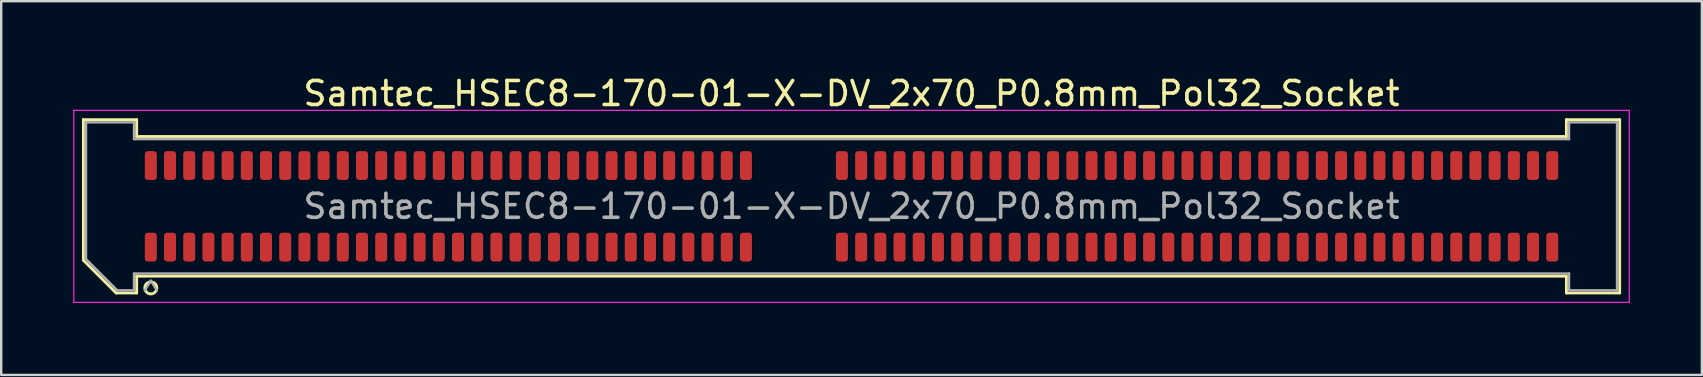
<source format=kicad_pcb>
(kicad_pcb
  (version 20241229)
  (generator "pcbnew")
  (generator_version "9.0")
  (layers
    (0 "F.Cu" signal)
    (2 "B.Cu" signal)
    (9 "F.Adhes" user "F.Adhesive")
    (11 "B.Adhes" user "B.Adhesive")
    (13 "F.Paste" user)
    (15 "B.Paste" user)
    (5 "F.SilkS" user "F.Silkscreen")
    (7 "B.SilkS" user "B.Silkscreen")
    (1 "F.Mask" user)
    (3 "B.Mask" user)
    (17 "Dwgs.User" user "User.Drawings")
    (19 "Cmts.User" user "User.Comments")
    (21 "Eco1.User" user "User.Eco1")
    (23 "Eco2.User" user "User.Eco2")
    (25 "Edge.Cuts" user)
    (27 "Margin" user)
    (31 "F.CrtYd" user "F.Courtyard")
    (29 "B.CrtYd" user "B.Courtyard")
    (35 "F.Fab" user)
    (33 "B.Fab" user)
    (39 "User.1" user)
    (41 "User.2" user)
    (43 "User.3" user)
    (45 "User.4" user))
  (footprint "Samtec_HSEC8-170-01-X-DV_2x70_P0.8mm_Pol32_Socket"
    (layer "F.Cu")
    (at 32.435 5.548)
    (property "Reference" "Samtec_HSEC8-170-01-X-DV_2x70_P0.8mm_Pol32_Socket" (at 0 -4.7 0) (layer "F.SilkS") (effects (font (size 1 1) (thickness 0.15))))
    (attr smd)
    (fp_line (start -32.01 -3.61) (end -29.79 -3.61) (stroke (width 0.12) (type solid)) (layer "F.SilkS"))
    (fp_line (start -32.01 2.246) (end -32.01 -3.61) (stroke (width 0.12) (type solid)) (layer "F.SilkS"))
    (fp_line (start -30.646 3.61) (end -32.01 2.246) (stroke (width 0.12) (type solid)) (layer "F.SilkS"))
    (fp_line (start -29.79 -3.61) (end -29.79 -2.91) (stroke (width 0.12) (type solid)) (layer "F.SilkS"))
    (fp_line (start -29.79 -2.91) (end 29.79 -2.91) (stroke (width 0.12) (type solid)) (layer "F.SilkS"))
    (fp_line (start -29.79 2.91) (end -29.79 3.61) (stroke (width 0.12) (type solid)) (layer "F.SilkS"))
    (fp_line (start -29.79 3.61) (end -30.646 3.61) (stroke (width 0.12) (type solid)) (layer "F.SilkS"))
    (fp_line (start 29.79 -3.61) (end 32.01 -3.61) (stroke (width 0.12) (type solid)) (layer "F.SilkS"))
    (fp_line (start 29.79 -2.91) (end 29.79 -3.61) (stroke (width 0.12) (type solid)) (layer "F.SilkS"))
    (fp_line (start 29.79 2.91) (end -29.79 2.91) (stroke (width 0.12) (type solid)) (layer "F.SilkS"))
    (fp_line (start 29.79 3.61) (end 29.79 2.91) (stroke (width 0.12) (type solid)) (layer "F.SilkS"))
    (fp_line (start 32.01 -3.61) (end 32.01 3.61) (stroke (width 0.12) (type solid)) (layer "F.SilkS"))
    (fp_line (start 32.01 3.61) (end 29.79 3.61) (stroke (width 0.12) (type solid)) (layer "F.SilkS"))
    (fp_arc (start -28.95 3.4) (mid -29.45 3.4) (end -28.95 3.4) (stroke (width 0.12) (type solid)) (layer "F.SilkS"))
    (fp_line (start -32.41 -4) (end -32.41 4) (stroke (width 0.05) (type solid)) (layer "F.CrtYd"))
    (fp_line (start -32.41 4) (end 32.41 4) (stroke (width 0.05) (type solid)) (layer "F.CrtYd"))
    (fp_line (start 32.41 -4) (end -32.41 -4) (stroke (width 0.05) (type solid)) (layer "F.CrtYd"))
    (fp_line (start 32.41 4) (end 32.41 -4) (stroke (width 0.05) (type solid)) (layer "F.CrtYd"))
    (fp_line (start -31.9 -3.5) (end -29.9 -3.5) (stroke (width 0.1) (type solid)) (layer "F.Fab"))
    (fp_line (start -31.9 2.2) (end -31.9 -3.5) (stroke (width 0.1) (type solid)) (layer "F.Fab"))
    (fp_line (start -30.6 3.5) (end -31.9 2.2) (stroke (width 0.1) (type solid)) (layer "F.Fab"))
    (fp_line (start -29.9 -3.5) (end -29.9 -2.8) (stroke (width 0.1) (type solid)) (layer "F.Fab"))
    (fp_line (start -29.9 -2.8) (end 29.9 -2.8) (stroke (width 0.1) (type solid)) (layer "F.Fab"))
    (fp_line (start -29.9 2.8) (end -29.9 3.5) (stroke (width 0.1) (type solid)) (layer "F.Fab"))
    (fp_line (start -29.9 3.5) (end -30.6 3.5) (stroke (width 0.1) (type solid)) (layer "F.Fab"))
    (fp_line (start -29.2 3.1) (end -29.45 3.5) (stroke (width 0.1) (type solid)) (layer "F.Fab"))
    (fp_line (start -29.2 3.1) (end -28.95 3.5) (stroke (width 0.1) (type solid)) (layer "F.Fab"))
    (fp_line (start 29.9 -3.5) (end 31.9 -3.5) (stroke (width 0.1) (type solid)) (layer "F.Fab"))
    (fp_line (start 29.9 -2.8) (end 29.9 -3.5) (stroke (width 0.1) (type solid)) (layer "F.Fab"))
    (fp_line (start 29.9 2.8) (end -29.9 2.8) (stroke (width 0.1) (type solid)) (layer "F.Fab"))
    (fp_line (start 29.9 3.5) (end 29.9 2.8) (stroke (width 0.1) (type solid)) (layer "F.Fab"))
    (fp_line (start 31.9 -3.5) (end 31.9 3.5) (stroke (width 0.1) (type solid)) (layer "F.Fab"))
    (fp_line (start 31.9 3.5) (end 29.9 3.5) (stroke (width 0.1) (type solid)) (layer "F.Fab"))
    (fp_text user "${REFERENCE}" (at 0 0 0) (layer "F.Fab") (effects (font (size 1 1) (thickness 0.15))))
    (pad "1" smd roundrect (at -29.2 1.7) (size 0.5 1.2) (layers "F.Cu" "F.Mask" "F.Paste") (roundrect_rratio 0.25))
    (pad "2" smd roundrect (at -29.2 -1.7) (size 0.5 1.2) (layers "F.Cu" "F.Mask" "F.Paste") (roundrect_rratio 0.25))
    (pad "3" smd roundrect (at -28.4 1.7) (size 0.5 1.2) (layers "F.Cu" "F.Mask" "F.Paste") (roundrect_rratio 0.25))
    (pad "4" smd roundrect (at -28.4 -1.7) (size 0.5 1.2) (layers "F.Cu" "F.Mask" "F.Paste") (roundrect_rratio 0.25))
    (pad "5" smd roundrect (at -27.6 1.7) (size 0.5 1.2) (layers "F.Cu" "F.Mask" "F.Paste") (roundrect_rratio 0.25))
    (pad "6" smd roundrect (at -27.6 -1.7) (size 0.5 1.2) (layers "F.Cu" "F.Mask" "F.Paste") (roundrect_rratio 0.25))
    (pad "7" smd roundrect (at -26.8 1.7) (size 0.5 1.2) (layers "F.Cu" "F.Mask" "F.Paste") (roundrect_rratio 0.25))
    (pad "8" smd roundrect (at -26.8 -1.7) (size 0.5 1.2) (layers "F.Cu" "F.Mask" "F.Paste") (roundrect_rratio 0.25))
    (pad "9" smd roundrect (at -26 1.7) (size 0.5 1.2) (layers "F.Cu" "F.Mask" "F.Paste") (roundrect_rratio 0.25))
    (pad "10" smd roundrect (at -26 -1.7) (size 0.5 1.2) (layers "F.Cu" "F.Mask" "F.Paste") (roundrect_rratio 0.25))
    (pad "11" smd roundrect (at -25.2 1.7) (size 0.5 1.2) (layers "F.Cu" "F.Mask" "F.Paste") (roundrect_rratio 0.25))
    (pad "12" smd roundrect (at -25.2 -1.7) (size 0.5 1.2) (layers "F.Cu" "F.Mask" "F.Paste") (roundrect_rratio 0.25))
    (pad "13" smd roundrect (at -24.4 1.7) (size 0.5 1.2) (layers "F.Cu" "F.Mask" "F.Paste") (roundrect_rratio 0.25))
    (pad "14" smd roundrect (at -24.4 -1.7) (size 0.5 1.2) (layers "F.Cu" "F.Mask" "F.Paste") (roundrect_rratio 0.25))
    (pad "15" smd roundrect (at -23.6 1.7) (size 0.5 1.2) (layers "F.Cu" "F.Mask" "F.Paste") (roundrect_rratio 0.25))
    (pad "16" smd roundrect (at -23.6 -1.7) (size 0.5 1.2) (layers "F.Cu" "F.Mask" "F.Paste") (roundrect_rratio 0.25))
    (pad "17" smd roundrect (at -22.8 1.7) (size 0.5 1.2) (layers "F.Cu" "F.Mask" "F.Paste") (roundrect_rratio 0.25))
    (pad "18" smd roundrect (at -22.8 -1.7) (size 0.5 1.2) (layers "F.Cu" "F.Mask" "F.Paste") (roundrect_rratio 0.25))
    (pad "19" smd roundrect (at -22 1.7) (size 0.5 1.2) (layers "F.Cu" "F.Mask" "F.Paste") (roundrect_rratio 0.25))
    (pad "20" smd roundrect (at -22 -1.7) (size 0.5 1.2) (layers "F.Cu" "F.Mask" "F.Paste") (roundrect_rratio 0.25))
    (pad "21" smd roundrect (at -21.2 1.7) (size 0.5 1.2) (layers "F.Cu" "F.Mask" "F.Paste") (roundrect_rratio 0.25))
    (pad "22" smd roundrect (at -21.2 -1.7) (size 0.5 1.2) (layers "F.Cu" "F.Mask" "F.Paste") (roundrect_rratio 0.25))
    (pad "23" smd roundrect (at -20.4 1.7) (size 0.5 1.2) (layers "F.Cu" "F.Mask" "F.Paste") (roundrect_rratio 0.25))
    (pad "24" smd roundrect (at -20.4 -1.7) (size 0.5 1.2) (layers "F.Cu" "F.Mask" "F.Paste") (roundrect_rratio 0.25))
    (pad "25" smd roundrect (at -19.6 1.7) (size 0.5 1.2) (layers "F.Cu" "F.Mask" "F.Paste") (roundrect_rratio 0.25))
    (pad "26" smd roundrect (at -19.6 -1.7) (size 0.5 1.2) (layers "F.Cu" "F.Mask" "F.Paste") (roundrect_rratio 0.25))
    (pad "27" smd roundrect (at -18.8 1.7) (size 0.5 1.2) (layers "F.Cu" "F.Mask" "F.Paste") (roundrect_rratio 0.25))
    (pad "28" smd roundrect (at -18.8 -1.7) (size 0.5 1.2) (layers "F.Cu" "F.Mask" "F.Paste") (roundrect_rratio 0.25))
    (pad "29" smd roundrect (at -18 1.7) (size 0.5 1.2) (layers "F.Cu" "F.Mask" "F.Paste") (roundrect_rratio 0.25))
    (pad "30" smd roundrect (at -18 -1.7) (size 0.5 1.2) (layers "F.Cu" "F.Mask" "F.Paste") (roundrect_rratio 0.25))
    (pad "31" smd roundrect (at -17.2 1.7) (size 0.5 1.2) (layers "F.Cu" "F.Mask" "F.Paste") (roundrect_rratio 0.25))
    (pad "32" smd roundrect (at -17.2 -1.7) (size 0.5 1.2) (layers "F.Cu" "F.Mask" "F.Paste") (roundrect_rratio 0.25))
    (pad "33" smd roundrect (at -16.4 1.7) (size 0.5 1.2) (layers "F.Cu" "F.Mask" "F.Paste") (roundrect_rratio 0.25))
    (pad "34" smd roundrect (at -16.4 -1.7) (size 0.5 1.2) (layers "F.Cu" "F.Mask" "F.Paste") (roundrect_rratio 0.25))
    (pad "35" smd roundrect (at -15.6 1.7) (size 0.5 1.2) (layers "F.Cu" "F.Mask" "F.Paste") (roundrect_rratio 0.25))
    (pad "36" smd roundrect (at -15.6 -1.7) (size 0.5 1.2) (layers "F.Cu" "F.Mask" "F.Paste") (roundrect_rratio 0.25))
    (pad "37" smd roundrect (at -14.8 1.7) (size 0.5 1.2) (layers "F.Cu" "F.Mask" "F.Paste") (roundrect_rratio 0.25))
    (pad "38" smd roundrect (at -14.8 -1.7) (size 0.5 1.2) (layers "F.Cu" "F.Mask" "F.Paste") (roundrect_rratio 0.25))
    (pad "39" smd roundrect (at -14 1.7) (size 0.5 1.2) (layers "F.Cu" "F.Mask" "F.Paste") (roundrect_rratio 0.25))
    (pad "40" smd roundrect (at -14 -1.7) (size 0.5 1.2) (layers "F.Cu" "F.Mask" "F.Paste") (roundrect_rratio 0.25))
    (pad "41" smd roundrect (at -13.2 1.7) (size 0.5 1.2) (layers "F.Cu" "F.Mask" "F.Paste") (roundrect_rratio 0.25))
    (pad "42" smd roundrect (at -13.2 -1.7) (size 0.5 1.2) (layers "F.Cu" "F.Mask" "F.Paste") (roundrect_rratio 0.25))
    (pad "43" smd roundrect (at -12.4 1.7) (size 0.5 1.2) (layers "F.Cu" "F.Mask" "F.Paste") (roundrect_rratio 0.25))
    (pad "44" smd roundrect (at -12.4 -1.7) (size 0.5 1.2) (layers "F.Cu" "F.Mask" "F.Paste") (roundrect_rratio 0.25))
    (pad "45" smd roundrect (at -11.6 1.7) (size 0.5 1.2) (layers "F.Cu" "F.Mask" "F.Paste") (roundrect_rratio 0.25))
    (pad "46" smd roundrect (at -11.6 -1.7) (size 0.5 1.2) (layers "F.Cu" "F.Mask" "F.Paste") (roundrect_rratio 0.25))
    (pad "47" smd roundrect (at -10.8 1.7) (size 0.5 1.2) (layers "F.Cu" "F.Mask" "F.Paste") (roundrect_rratio 0.25))
    (pad "48" smd roundrect (at -10.8 -1.7) (size 0.5 1.2) (layers "F.Cu" "F.Mask" "F.Paste") (roundrect_rratio 0.25))
    (pad "49" smd roundrect (at -10 1.7) (size 0.5 1.2) (layers "F.Cu" "F.Mask" "F.Paste") (roundrect_rratio 0.25))
    (pad "50" smd roundrect (at -10 -1.7) (size 0.5 1.2) (layers "F.Cu" "F.Mask" "F.Paste") (roundrect_rratio 0.25))
    (pad "51" smd roundrect (at -9.2 1.7) (size 0.5 1.2) (layers "F.Cu" "F.Mask" "F.Paste") (roundrect_rratio 0.25))
    (pad "52" smd roundrect (at -9.2 -1.7) (size 0.5 1.2) (layers "F.Cu" "F.Mask" "F.Paste") (roundrect_rratio 0.25))
    (pad "53" smd roundrect (at -8.4 1.7) (size 0.5 1.2) (layers "F.Cu" "F.Mask" "F.Paste") (roundrect_rratio 0.25))
    (pad "54" smd roundrect (at -8.4 -1.7) (size 0.5 1.2) (layers "F.Cu" "F.Mask" "F.Paste") (roundrect_rratio 0.25))
    (pad "55" smd roundrect (at -7.6 1.7) (size 0.5 1.2) (layers "F.Cu" "F.Mask" "F.Paste") (roundrect_rratio 0.25))
    (pad "56" smd roundrect (at -7.6 -1.7) (size 0.5 1.2) (layers "F.Cu" "F.Mask" "F.Paste") (roundrect_rratio 0.25))
    (pad "57" smd roundrect (at -6.8 1.7) (size 0.5 1.2) (layers "F.Cu" "F.Mask" "F.Paste") (roundrect_rratio 0.25))
    (pad "58" smd roundrect (at -6.8 -1.7) (size 0.5 1.2) (layers "F.Cu" "F.Mask" "F.Paste") (roundrect_rratio 0.25))
    (pad "59" smd roundrect (at -6 1.7) (size 0.5 1.2) (layers "F.Cu" "F.Mask" "F.Paste") (roundrect_rratio 0.25))
    (pad "60" smd roundrect (at -6 -1.7) (size 0.5 1.2) (layers "F.Cu" "F.Mask" "F.Paste") (roundrect_rratio 0.25))
    (pad "61" smd roundrect (at -5.2 1.7) (size 0.5 1.2) (layers "F.Cu" "F.Mask" "F.Paste") (roundrect_rratio 0.25))
    (pad "62" smd roundrect (at -5.2 -1.7) (size 0.5 1.2) (layers "F.Cu" "F.Mask" "F.Paste") (roundrect_rratio 0.25))
    (pad "63" smd roundrect (at -4.4 1.7) (size 0.5 1.2) (layers "F.Cu" "F.Mask" "F.Paste") (roundrect_rratio 0.25))
    (pad "64" smd roundrect (at -4.4 -1.7) (size 0.5 1.2) (layers "F.Cu" "F.Mask" "F.Paste") (roundrect_rratio 0.25))
    (pad "65" smd roundrect (at -0.4 1.7) (size 0.5 1.2) (layers "F.Cu" "F.Mask" "F.Paste") (roundrect_rratio 0.25))
    (pad "66" smd roundrect (at -0.4 -1.7) (size 0.5 1.2) (layers "F.Cu" "F.Mask" "F.Paste") (roundrect_rratio 0.25))
    (pad "67" smd roundrect (at 0.4 1.7) (size 0.5 1.2) (layers "F.Cu" "F.Mask" "F.Paste") (roundrect_rratio 0.25))
    (pad "68" smd roundrect (at 0.4 -1.7) (size 0.5 1.2) (layers "F.Cu" "F.Mask" "F.Paste") (roundrect_rratio 0.25))
    (pad "69" smd roundrect (at 1.2 1.7) (size 0.5 1.2) (layers "F.Cu" "F.Mask" "F.Paste") (roundrect_rratio 0.25))
    (pad "70" smd roundrect (at 1.2 -1.7) (size 0.5 1.2) (layers "F.Cu" "F.Mask" "F.Paste") (roundrect_rratio 0.25))
    (pad "71" smd roundrect (at 2 1.7) (size 0.5 1.2) (layers "F.Cu" "F.Mask" "F.Paste") (roundrect_rratio 0.25))
    (pad "72" smd roundrect (at 2 -1.7) (size 0.5 1.2) (layers "F.Cu" "F.Mask" "F.Paste") (roundrect_rratio 0.25))
    (pad "73" smd roundrect (at 2.8 1.7) (size 0.5 1.2) (layers "F.Cu" "F.Mask" "F.Paste") (roundrect_rratio 0.25))
    (pad "74" smd roundrect (at 2.8 -1.7) (size 0.5 1.2) (layers "F.Cu" "F.Mask" "F.Paste") (roundrect_rratio 0.25))
    (pad "75" smd roundrect (at 3.6 1.7) (size 0.5 1.2) (layers "F.Cu" "F.Mask" "F.Paste") (roundrect_rratio 0.25))
    (pad "76" smd roundrect (at 3.6 -1.7) (size 0.5 1.2) (layers "F.Cu" "F.Mask" "F.Paste") (roundrect_rratio 0.25))
    (pad "77" smd roundrect (at 4.4 1.7) (size 0.5 1.2) (layers "F.Cu" "F.Mask" "F.Paste") (roundrect_rratio 0.25))
    (pad "78" smd roundrect (at 4.4 -1.7) (size 0.5 1.2) (layers "F.Cu" "F.Mask" "F.Paste") (roundrect_rratio 0.25))
    (pad "79" smd roundrect (at 5.2 1.7) (size 0.5 1.2) (layers "F.Cu" "F.Mask" "F.Paste") (roundrect_rratio 0.25))
    (pad "80" smd roundrect (at 5.2 -1.7) (size 0.5 1.2) (layers "F.Cu" "F.Mask" "F.Paste") (roundrect_rratio 0.25))
    (pad "81" smd roundrect (at 6 1.7) (size 0.5 1.2) (layers "F.Cu" "F.Mask" "F.Paste") (roundrect_rratio 0.25))
    (pad "82" smd roundrect (at 6 -1.7) (size 0.5 1.2) (layers "F.Cu" "F.Mask" "F.Paste") (roundrect_rratio 0.25))
    (pad "83" smd roundrect (at 6.8 1.7) (size 0.5 1.2) (layers "F.Cu" "F.Mask" "F.Paste") (roundrect_rratio 0.25))
    (pad "84" smd roundrect (at 6.8 -1.7) (size 0.5 1.2) (layers "F.Cu" "F.Mask" "F.Paste") (roundrect_rratio 0.25))
    (pad "85" smd roundrect (at 7.6 1.7) (size 0.5 1.2) (layers "F.Cu" "F.Mask" "F.Paste") (roundrect_rratio 0.25))
    (pad "86" smd roundrect (at 7.6 -1.7) (size 0.5 1.2) (layers "F.Cu" "F.Mask" "F.Paste") (roundrect_rratio 0.25))
    (pad "87" smd roundrect (at 8.4 1.7) (size 0.5 1.2) (layers "F.Cu" "F.Mask" "F.Paste") (roundrect_rratio 0.25))
    (pad "88" smd roundrect (at 8.4 -1.7) (size 0.5 1.2) (layers "F.Cu" "F.Mask" "F.Paste") (roundrect_rratio 0.25))
    (pad "89" smd roundrect (at 9.2 1.7) (size 0.5 1.2) (layers "F.Cu" "F.Mask" "F.Paste") (roundrect_rratio 0.25))
    (pad "90" smd roundrect (at 9.2 -1.7) (size 0.5 1.2) (layers "F.Cu" "F.Mask" "F.Paste") (roundrect_rratio 0.25))
    (pad "91" smd roundrect (at 10 1.7) (size 0.5 1.2) (layers "F.Cu" "F.Mask" "F.Paste") (roundrect_rratio 0.25))
    (pad "92" smd roundrect (at 10 -1.7) (size 0.5 1.2) (layers "F.Cu" "F.Mask" "F.Paste") (roundrect_rratio 0.25))
    (pad "93" smd roundrect (at 10.8 1.7) (size 0.5 1.2) (layers "F.Cu" "F.Mask" "F.Paste") (roundrect_rratio 0.25))
    (pad "94" smd roundrect (at 10.8 -1.7) (size 0.5 1.2) (layers "F.Cu" "F.Mask" "F.Paste") (roundrect_rratio 0.25))
    (pad "95" smd roundrect (at 11.6 1.7) (size 0.5 1.2) (layers "F.Cu" "F.Mask" "F.Paste") (roundrect_rratio 0.25))
    (pad "96" smd roundrect (at 11.6 -1.7) (size 0.5 1.2) (layers "F.Cu" "F.Mask" "F.Paste") (roundrect_rratio 0.25))
    (pad "97" smd roundrect (at 12.4 1.7) (size 0.5 1.2) (layers "F.Cu" "F.Mask" "F.Paste") (roundrect_rratio 0.25))
    (pad "98" smd roundrect (at 12.4 -1.7) (size 0.5 1.2) (layers "F.Cu" "F.Mask" "F.Paste") (roundrect_rratio 0.25))
    (pad "99" smd roundrect (at 13.2 1.7) (size 0.5 1.2) (layers "F.Cu" "F.Mask" "F.Paste") (roundrect_rratio 0.25))
    (pad "100" smd roundrect (at 13.2 -1.7) (size 0.5 1.2) (layers "F.Cu" "F.Mask" "F.Paste") (roundrect_rratio 0.25))
    (pad "101" smd roundrect (at 14 1.7) (size 0.5 1.2) (layers "F.Cu" "F.Mask" "F.Paste") (roundrect_rratio 0.25))
    (pad "102" smd roundrect (at 14 -1.7) (size 0.5 1.2) (layers "F.Cu" "F.Mask" "F.Paste") (roundrect_rratio 0.25))
    (pad "103" smd roundrect (at 14.8 1.7) (size 0.5 1.2) (layers "F.Cu" "F.Mask" "F.Paste") (roundrect_rratio 0.25))
    (pad "104" smd roundrect (at 14.8 -1.7) (size 0.5 1.2) (layers "F.Cu" "F.Mask" "F.Paste") (roundrect_rratio 0.25))
    (pad "105" smd roundrect (at 15.6 1.7) (size 0.5 1.2) (layers "F.Cu" "F.Mask" "F.Paste") (roundrect_rratio 0.25))
    (pad "106" smd roundrect (at 15.6 -1.7) (size 0.5 1.2) (layers "F.Cu" "F.Mask" "F.Paste") (roundrect_rratio 0.25))
    (pad "107" smd roundrect (at 16.4 1.7) (size 0.5 1.2) (layers "F.Cu" "F.Mask" "F.Paste") (roundrect_rratio 0.25))
    (pad "108" smd roundrect (at 16.4 -1.7) (size 0.5 1.2) (layers "F.Cu" "F.Mask" "F.Paste") (roundrect_rratio 0.25))
    (pad "109" smd roundrect (at 17.2 1.7) (size 0.5 1.2) (layers "F.Cu" "F.Mask" "F.Paste") (roundrect_rratio 0.25))
    (pad "110" smd roundrect (at 17.2 -1.7) (size 0.5 1.2) (layers "F.Cu" "F.Mask" "F.Paste") (roundrect_rratio 0.25))
    (pad "111" smd roundrect (at 18 1.7) (size 0.5 1.2) (layers "F.Cu" "F.Mask" "F.Paste") (roundrect_rratio 0.25))
    (pad "112" smd roundrect (at 18 -1.7) (size 0.5 1.2) (layers "F.Cu" "F.Mask" "F.Paste") (roundrect_rratio 0.25))
    (pad "113" smd roundrect (at 18.8 1.7) (size 0.5 1.2) (layers "F.Cu" "F.Mask" "F.Paste") (roundrect_rratio 0.25))
    (pad "114" smd roundrect (at 18.8 -1.7) (size 0.5 1.2) (layers "F.Cu" "F.Mask" "F.Paste") (roundrect_rratio 0.25))
    (pad "115" smd roundrect (at 19.6 1.7) (size 0.5 1.2) (layers "F.Cu" "F.Mask" "F.Paste") (roundrect_rratio 0.25))
    (pad "116" smd roundrect (at 19.6 -1.7) (size 0.5 1.2) (layers "F.Cu" "F.Mask" "F.Paste") (roundrect_rratio 0.25))
    (pad "117" smd roundrect (at 20.4 1.7) (size 0.5 1.2) (layers "F.Cu" "F.Mask" "F.Paste") (roundrect_rratio 0.25))
    (pad "118" smd roundrect (at 20.4 -1.7) (size 0.5 1.2) (layers "F.Cu" "F.Mask" "F.Paste") (roundrect_rratio 0.25))
    (pad "119" smd roundrect (at 21.2 1.7) (size 0.5 1.2) (layers "F.Cu" "F.Mask" "F.Paste") (roundrect_rratio 0.25))
    (pad "120" smd roundrect (at 21.2 -1.7) (size 0.5 1.2) (layers "F.Cu" "F.Mask" "F.Paste") (roundrect_rratio 0.25))
    (pad "121" smd roundrect (at 22 1.7) (size 0.5 1.2) (layers "F.Cu" "F.Mask" "F.Paste") (roundrect_rratio 0.25))
    (pad "122" smd roundrect (at 22 -1.7) (size 0.5 1.2) (layers "F.Cu" "F.Mask" "F.Paste") (roundrect_rratio 0.25))
    (pad "123" smd roundrect (at 22.8 1.7) (size 0.5 1.2) (layers "F.Cu" "F.Mask" "F.Paste") (roundrect_rratio 0.25))
    (pad "124" smd roundrect (at 22.8 -1.7) (size 0.5 1.2) (layers "F.Cu" "F.Mask" "F.Paste") (roundrect_rratio 0.25))
    (pad "125" smd roundrect (at 23.6 1.7) (size 0.5 1.2) (layers "F.Cu" "F.Mask" "F.Paste") (roundrect_rratio 0.25))
    (pad "126" smd roundrect (at 23.6 -1.7) (size 0.5 1.2) (layers "F.Cu" "F.Mask" "F.Paste") (roundrect_rratio 0.25))
    (pad "127" smd roundrect (at 24.4 1.7) (size 0.5 1.2) (layers "F.Cu" "F.Mask" "F.Paste") (roundrect_rratio 0.25))
    (pad "128" smd roundrect (at 24.4 -1.7) (size 0.5 1.2) (layers "F.Cu" "F.Mask" "F.Paste") (roundrect_rratio 0.25))
    (pad "129" smd roundrect (at 25.2 1.7) (size 0.5 1.2) (layers "F.Cu" "F.Mask" "F.Paste") (roundrect_rratio 0.25))
    (pad "130" smd roundrect (at 25.2 -1.7) (size 0.5 1.2) (layers "F.Cu" "F.Mask" "F.Paste") (roundrect_rratio 0.25))
    (pad "131" smd roundrect (at 26 1.7) (size 0.5 1.2) (layers "F.Cu" "F.Mask" "F.Paste") (roundrect_rratio 0.25))
    (pad "132" smd roundrect (at 26 -1.7) (size 0.5 1.2) (layers "F.Cu" "F.Mask" "F.Paste") (roundrect_rratio 0.25))
    (pad "133" smd roundrect (at 26.8 1.7) (size 0.5 1.2) (layers "F.Cu" "F.Mask" "F.Paste") (roundrect_rratio 0.25))
    (pad "134" smd roundrect (at 26.8 -1.7) (size 0.5 1.2) (layers "F.Cu" "F.Mask" "F.Paste") (roundrect_rratio 0.25))
    (pad "135" smd roundrect (at 27.6 1.7) (size 0.5 1.2) (layers "F.Cu" "F.Mask" "F.Paste") (roundrect_rratio 0.25))
    (pad "136" smd roundrect (at 27.6 -1.7) (size 0.5 1.2) (layers "F.Cu" "F.Mask" "F.Paste") (roundrect_rratio 0.25))
    (pad "137" smd roundrect (at 28.4 1.7) (size 0.5 1.2) (layers "F.Cu" "F.Mask" "F.Paste") (roundrect_rratio 0.25))
    (pad "138" smd roundrect (at 28.4 -1.7) (size 0.5 1.2) (layers "F.Cu" "F.Mask" "F.Paste") (roundrect_rratio 0.25))
    (pad "139" smd roundrect (at 29.2 1.7) (size 0.5 1.2) (layers "F.Cu" "F.Mask" "F.Paste") (roundrect_rratio 0.25))
    (pad "140" smd roundrect (at 29.2 -1.7) (size 0.5 1.2) (layers "F.Cu" "F.Mask" "F.Paste") (roundrect_rratio 0.25)))
  (gr_rect
    (start -3 -3)
    (end 67.87 12.573)
    (stroke (width 0.1) (type default))
    (fill no)
    (layer "Edge.Cuts")))
</source>
